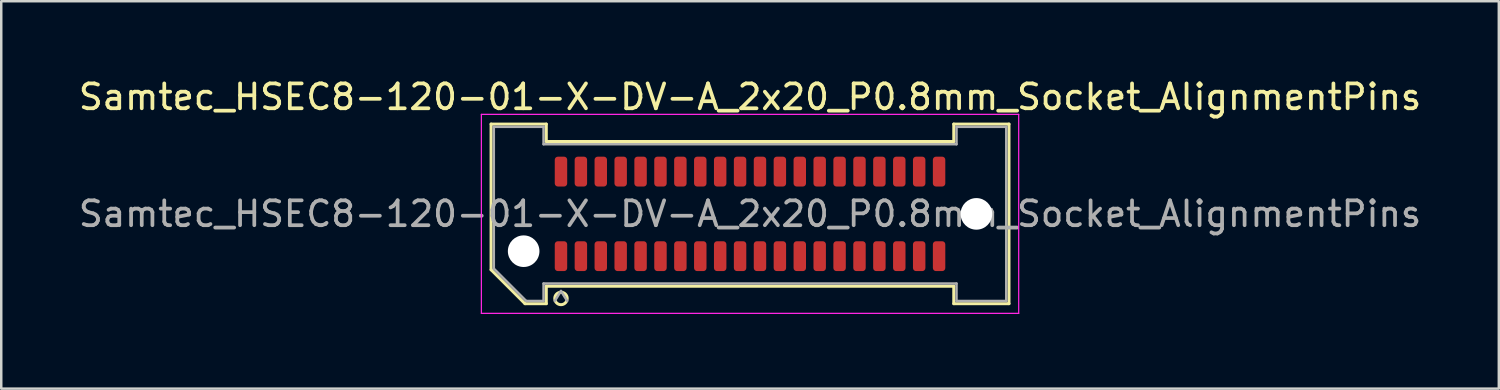
<source format=kicad_pcb>
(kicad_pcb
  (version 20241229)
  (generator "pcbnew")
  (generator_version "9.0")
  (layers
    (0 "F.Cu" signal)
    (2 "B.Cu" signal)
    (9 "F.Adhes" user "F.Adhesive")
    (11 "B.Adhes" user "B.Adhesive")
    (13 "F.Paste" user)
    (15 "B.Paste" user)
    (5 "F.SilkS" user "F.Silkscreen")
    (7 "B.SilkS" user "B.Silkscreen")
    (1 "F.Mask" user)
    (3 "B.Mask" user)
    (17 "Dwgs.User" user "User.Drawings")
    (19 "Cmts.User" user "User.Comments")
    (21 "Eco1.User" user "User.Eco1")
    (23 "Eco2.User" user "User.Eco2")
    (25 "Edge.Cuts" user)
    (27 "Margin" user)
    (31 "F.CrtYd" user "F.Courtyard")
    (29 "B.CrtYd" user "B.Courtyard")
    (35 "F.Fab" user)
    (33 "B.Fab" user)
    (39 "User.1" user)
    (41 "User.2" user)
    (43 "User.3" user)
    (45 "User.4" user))
  (footprint "Samtec_HSEC8-120-01-X-DV-A_2x20_P0.8mm_Socket_AlignmentPins"
    (layer "F.Cu")
    (at 27.101 5.548)
    (property "Reference" "Samtec_HSEC8-120-01-X-DV-A_2x20_P0.8mm_Socket_AlignmentPins" (at 0 -4.7 0) (layer "F.SilkS") (effects (font (size 1 1) (thickness 0.15))))
    (attr smd)
    (fp_line (start -10.41 -3.61) (end -8.19 -3.61) (stroke (width 0.12) (type solid)) (layer "F.SilkS"))
    (fp_line (start -10.41 2.246) (end -10.41 -3.61) (stroke (width 0.12) (type solid)) (layer "F.SilkS"))
    (fp_line (start -9.046 3.61) (end -10.41 2.246) (stroke (width 0.12) (type solid)) (layer "F.SilkS"))
    (fp_line (start -8.19 -3.61) (end -8.19 -2.91) (stroke (width 0.12) (type solid)) (layer "F.SilkS"))
    (fp_line (start -8.19 -2.91) (end 8.19 -2.91) (stroke (width 0.12) (type solid)) (layer "F.SilkS"))
    (fp_line (start -8.19 2.91) (end -8.19 3.61) (stroke (width 0.12) (type solid)) (layer "F.SilkS"))
    (fp_line (start -8.19 3.61) (end -9.046 3.61) (stroke (width 0.12) (type solid)) (layer "F.SilkS"))
    (fp_line (start 8.19 -3.61) (end 10.41 -3.61) (stroke (width 0.12) (type solid)) (layer "F.SilkS"))
    (fp_line (start 8.19 -2.91) (end 8.19 -3.61) (stroke (width 0.12) (type solid)) (layer "F.SilkS"))
    (fp_line (start 8.19 2.91) (end -8.19 2.91) (stroke (width 0.12) (type solid)) (layer "F.SilkS"))
    (fp_line (start 8.19 3.61) (end 8.19 2.91) (stroke (width 0.12) (type solid)) (layer "F.SilkS"))
    (fp_line (start 10.41 -3.61) (end 10.41 3.61) (stroke (width 0.12) (type solid)) (layer "F.SilkS"))
    (fp_line (start 10.41 3.61) (end 8.19 3.61) (stroke (width 0.12) (type solid)) (layer "F.SilkS"))
    (fp_arc (start -7.35 3.4) (mid -7.85 3.4) (end -7.35 3.4) (stroke (width 0.12) (type solid)) (layer "F.SilkS"))
    (fp_line (start -10.8 -4) (end -10.8 4) (stroke (width 0.05) (type solid)) (layer "F.CrtYd"))
    (fp_line (start -10.8 4) (end 10.8 4) (stroke (width 0.05) (type solid)) (layer "F.CrtYd"))
    (fp_line (start 10.8 -4) (end -10.8 -4) (stroke (width 0.05) (type solid)) (layer "F.CrtYd"))
    (fp_line (start 10.8 4) (end 10.8 -4) (stroke (width 0.05) (type solid)) (layer "F.CrtYd"))
    (fp_line (start -10.3 -3.5) (end -8.3 -3.5) (stroke (width 0.1) (type solid)) (layer "F.Fab"))
    (fp_line (start -10.3 2.2) (end -10.3 -3.5) (stroke (width 0.1) (type solid)) (layer "F.Fab"))
    (fp_line (start -9 3.5) (end -10.3 2.2) (stroke (width 0.1) (type solid)) (layer "F.Fab"))
    (fp_line (start -8.3 -3.5) (end -8.3 -2.8) (stroke (width 0.1) (type solid)) (layer "F.Fab"))
    (fp_line (start -8.3 -2.8) (end 8.3 -2.8) (stroke (width 0.1) (type solid)) (layer "F.Fab"))
    (fp_line (start -8.3 2.8) (end -8.3 3.5) (stroke (width 0.1) (type solid)) (layer "F.Fab"))
    (fp_line (start -8.3 3.5) (end -9 3.5) (stroke (width 0.1) (type solid)) (layer "F.Fab"))
    (fp_line (start -7.6 3.1) (end -7.85 3.5) (stroke (width 0.1) (type solid)) (layer "F.Fab"))
    (fp_line (start -7.6 3.1) (end -7.35 3.5) (stroke (width 0.1) (type solid)) (layer "F.Fab"))
    (fp_line (start 8.3 -3.5) (end 10.3 -3.5) (stroke (width 0.1) (type solid)) (layer "F.Fab"))
    (fp_line (start 8.3 -2.8) (end 8.3 -3.5) (stroke (width 0.1) (type solid)) (layer "F.Fab"))
    (fp_line (start 8.3 2.8) (end -8.3 2.8) (stroke (width 0.1) (type solid)) (layer "F.Fab"))
    (fp_line (start 8.3 3.5) (end 8.3 2.8) (stroke (width 0.1) (type solid)) (layer "F.Fab"))
    (fp_line (start 10.3 -3.5) (end 10.3 3.5) (stroke (width 0.1) (type solid)) (layer "F.Fab"))
    (fp_line (start 10.3 3.5) (end 8.3 3.5) (stroke (width 0.1) (type solid)) (layer "F.Fab"))
    (fp_text user "${REFERENCE}" (at 0 0 0) (layer "F.Fab") (effects (font (size 1 1) (thickness 0.15))))
    (pad "" np_thru_hole circle (at -9.1 1.5) (size 1.27 1.27) (drill 1.27) (layers "*.Cu" "*.Mask"))
    (pad "" np_thru_hole circle (at 9.1 0) (size 1.27 1.27) (drill 1.27) (layers "*.Cu" "*.Mask"))
    (pad "1" smd roundrect (at -7.6 1.7) (size 0.5 1.2) (layers "F.Cu" "F.Mask" "F.Paste") (roundrect_rratio 0.25))
    (pad "2" smd roundrect (at -7.6 -1.7) (size 0.5 1.2) (layers "F.Cu" "F.Mask" "F.Paste") (roundrect_rratio 0.25))
    (pad "3" smd roundrect (at -6.8 1.7) (size 0.5 1.2) (layers "F.Cu" "F.Mask" "F.Paste") (roundrect_rratio 0.25))
    (pad "4" smd roundrect (at -6.8 -1.7) (size 0.5 1.2) (layers "F.Cu" "F.Mask" "F.Paste") (roundrect_rratio 0.25))
    (pad "5" smd roundrect (at -6 1.7) (size 0.5 1.2) (layers "F.Cu" "F.Mask" "F.Paste") (roundrect_rratio 0.25))
    (pad "6" smd roundrect (at -6 -1.7) (size 0.5 1.2) (layers "F.Cu" "F.Mask" "F.Paste") (roundrect_rratio 0.25))
    (pad "7" smd roundrect (at -5.2 1.7) (size 0.5 1.2) (layers "F.Cu" "F.Mask" "F.Paste") (roundrect_rratio 0.25))
    (pad "8" smd roundrect (at -5.2 -1.7) (size 0.5 1.2) (layers "F.Cu" "F.Mask" "F.Paste") (roundrect_rratio 0.25))
    (pad "9" smd roundrect (at -4.4 1.7) (size 0.5 1.2) (layers "F.Cu" "F.Mask" "F.Paste") (roundrect_rratio 0.25))
    (pad "10" smd roundrect (at -4.4 -1.7) (size 0.5 1.2) (layers "F.Cu" "F.Mask" "F.Paste") (roundrect_rratio 0.25))
    (pad "11" smd roundrect (at -3.6 1.7) (size 0.5 1.2) (layers "F.Cu" "F.Mask" "F.Paste") (roundrect_rratio 0.25))
    (pad "12" smd roundrect (at -3.6 -1.7) (size 0.5 1.2) (layers "F.Cu" "F.Mask" "F.Paste") (roundrect_rratio 0.25))
    (pad "13" smd roundrect (at -2.8 1.7) (size 0.5 1.2) (layers "F.Cu" "F.Mask" "F.Paste") (roundrect_rratio 0.25))
    (pad "14" smd roundrect (at -2.8 -1.7) (size 0.5 1.2) (layers "F.Cu" "F.Mask" "F.Paste") (roundrect_rratio 0.25))
    (pad "15" smd roundrect (at -2 1.7) (size 0.5 1.2) (layers "F.Cu" "F.Mask" "F.Paste") (roundrect_rratio 0.25))
    (pad "16" smd roundrect (at -2 -1.7) (size 0.5 1.2) (layers "F.Cu" "F.Mask" "F.Paste") (roundrect_rratio 0.25))
    (pad "17" smd roundrect (at -1.2 1.7) (size 0.5 1.2) (layers "F.Cu" "F.Mask" "F.Paste") (roundrect_rratio 0.25))
    (pad "18" smd roundrect (at -1.2 -1.7) (size 0.5 1.2) (layers "F.Cu" "F.Mask" "F.Paste") (roundrect_rratio 0.25))
    (pad "19" smd roundrect (at -0.4 1.7) (size 0.5 1.2) (layers "F.Cu" "F.Mask" "F.Paste") (roundrect_rratio 0.25))
    (pad "20" smd roundrect (at -0.4 -1.7) (size 0.5 1.2) (layers "F.Cu" "F.Mask" "F.Paste") (roundrect_rratio 0.25))
    (pad "21" smd roundrect (at 0.4 1.7) (size 0.5 1.2) (layers "F.Cu" "F.Mask" "F.Paste") (roundrect_rratio 0.25))
    (pad "22" smd roundrect (at 0.4 -1.7) (size 0.5 1.2) (layers "F.Cu" "F.Mask" "F.Paste") (roundrect_rratio 0.25))
    (pad "23" smd roundrect (at 1.2 1.7) (size 0.5 1.2) (layers "F.Cu" "F.Mask" "F.Paste") (roundrect_rratio 0.25))
    (pad "24" smd roundrect (at 1.2 -1.7) (size 0.5 1.2) (layers "F.Cu" "F.Mask" "F.Paste") (roundrect_rratio 0.25))
    (pad "25" smd roundrect (at 2 1.7) (size 0.5 1.2) (layers "F.Cu" "F.Mask" "F.Paste") (roundrect_rratio 0.25))
    (pad "26" smd roundrect (at 2 -1.7) (size 0.5 1.2) (layers "F.Cu" "F.Mask" "F.Paste") (roundrect_rratio 0.25))
    (pad "27" smd roundrect (at 2.8 1.7) (size 0.5 1.2) (layers "F.Cu" "F.Mask" "F.Paste") (roundrect_rratio 0.25))
    (pad "28" smd roundrect (at 2.8 -1.7) (size 0.5 1.2) (layers "F.Cu" "F.Mask" "F.Paste") (roundrect_rratio 0.25))
    (pad "29" smd roundrect (at 3.6 1.7) (size 0.5 1.2) (layers "F.Cu" "F.Mask" "F.Paste") (roundrect_rratio 0.25))
    (pad "30" smd roundrect (at 3.6 -1.7) (size 0.5 1.2) (layers "F.Cu" "F.Mask" "F.Paste") (roundrect_rratio 0.25))
    (pad "31" smd roundrect (at 4.4 1.7) (size 0.5 1.2) (layers "F.Cu" "F.Mask" "F.Paste") (roundrect_rratio 0.25))
    (pad "32" smd roundrect (at 4.4 -1.7) (size 0.5 1.2) (layers "F.Cu" "F.Mask" "F.Paste") (roundrect_rratio 0.25))
    (pad "33" smd roundrect (at 5.2 1.7) (size 0.5 1.2) (layers "F.Cu" "F.Mask" "F.Paste") (roundrect_rratio 0.25))
    (pad "34" smd roundrect (at 5.2 -1.7) (size 0.5 1.2) (layers "F.Cu" "F.Mask" "F.Paste") (roundrect_rratio 0.25))
    (pad "35" smd roundrect (at 6 1.7) (size 0.5 1.2) (layers "F.Cu" "F.Mask" "F.Paste") (roundrect_rratio 0.25))
    (pad "36" smd roundrect (at 6 -1.7) (size 0.5 1.2) (layers "F.Cu" "F.Mask" "F.Paste") (roundrect_rratio 0.25))
    (pad "37" smd roundrect (at 6.8 1.7) (size 0.5 1.2) (layers "F.Cu" "F.Mask" "F.Paste") (roundrect_rratio 0.25))
    (pad "38" smd roundrect (at 6.8 -1.7) (size 0.5 1.2) (layers "F.Cu" "F.Mask" "F.Paste") (roundrect_rratio 0.25))
    (pad "39" smd roundrect (at 7.6 1.7) (size 0.5 1.2) (layers "F.Cu" "F.Mask" "F.Paste") (roundrect_rratio 0.25))
    (pad "40" smd roundrect (at 7.6 -1.7) (size 0.5 1.2) (layers "F.Cu" "F.Mask" "F.Paste") (roundrect_rratio 0.25)))
  (gr_rect
    (start -3 -3)
    (end 57.202 12.573)
    (stroke (width 0.1) (type default))
    (fill no)
    (layer "Edge.Cuts")))
</source>
